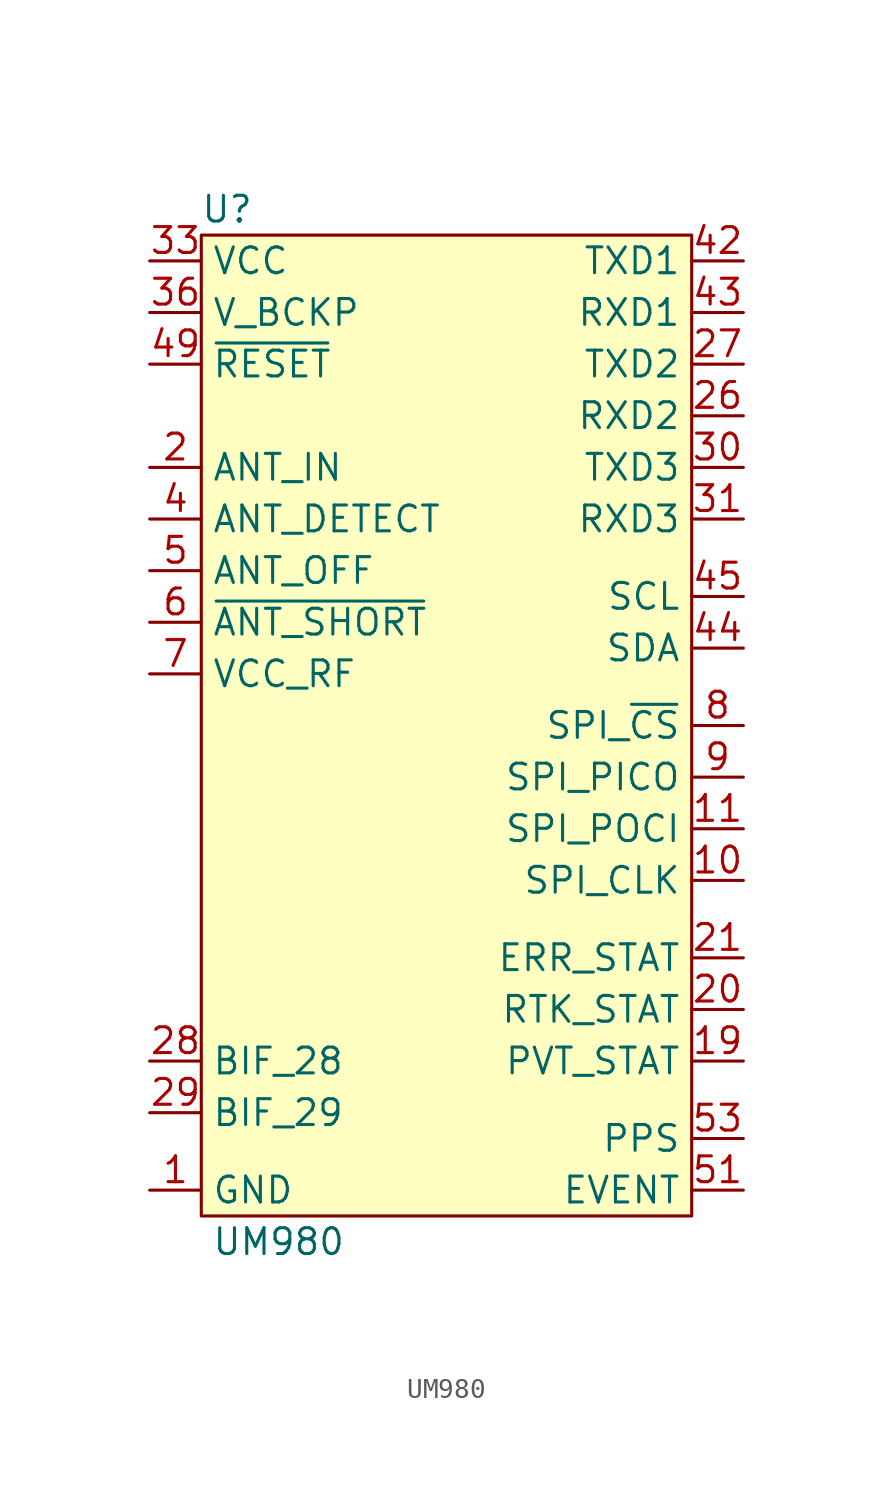
<source format=kicad_sym>
(kicad_symbol_lib
  (version 20241209)
  (generator "kicad_symbol_editor")
  (generator_version "9.0")
  (symbol "UM980"
    (property "Reference" "U"
      (at -11.43 24.13 0)
      (effects (font (size 1.27 1.27))))
    (property "Value" "UM980"
      (at -8.89 -26.67 0)
      (effects (font (size 1.27 1.27))))
    (symbol "UM980_1_1"
      (rectangle (start -12.7 22.86) (end 11.43 -25.4) (stroke (width 0) (type default)) (fill (type background)))
      (pin power_in line (at -15.24 21.59 0) (length 2.54) (name "VCC" (effects (font (size 1.27 1.27)))) (number "33" (effects (font (size 1.27 1.27)))))
      (pin power_in line (at -15.24 21.59 0) (length 2.54) (hide yes) (name "VCC" (effects (font (size 1.27 1.27)))) (number "34" (effects (font (size 1.27 1.27)))))
      (pin power_in line (at -15.24 19.05 0) (length 2.54) (name "V_BCKP" (effects (font (size 1.27 1.27)))) (number "36" (effects (font (size 1.27 1.27)))))
      (pin bidirectional line (at -15.24 16.51 0) (length 2.54) (name "~{RESET}" (effects (font (size 1.27 1.27)))) (number "49" (effects (font (size 1.27 1.27)))))
      (pin input line (at -15.24 11.43 0) (length 2.54) (name "ANT_IN" (effects (font (size 1.27 1.27)))) (number "2" (effects (font (size 1.27 1.27)))))
      (pin input line (at -15.24 8.89 0) (length 2.54) (name "ANT_DETECT" (effects (font (size 1.27 1.27)))) (number "4" (effects (font (size 1.27 1.27)))))
      (pin output line (at -15.24 6.35 0) (length 2.54) (name "ANT_OFF" (effects (font (size 1.27 1.27)))) (number "5" (effects (font (size 1.27 1.27)))))
      (pin input line (at -15.24 3.81 0) (length 2.54) (name "~{ANT_SHORT}" (effects (font (size 1.27 1.27)))) (number "6" (effects (font (size 1.27 1.27)))))
      (pin power_out line (at -15.24 1.27 0) (length 2.54) (name "VCC_RF" (effects (font (size 1.27 1.27)))) (number "7" (effects (font (size 1.27 1.27)))))
      (pin output line (at -15.24 -17.78 0) (length 2.54) (name "BIF_28" (effects (font (size 1.27 1.27)))) (number "28" (effects (font (size 1.27 1.27)))))
      (pin output line (at -15.24 -20.32 0) (length 2.54) (name "BIF_29" (effects (font (size 1.27 1.27)))) (number "29" (effects (font (size 1.27 1.27)))))
      (pin power_in line (at -15.24 -24.13 0) (length 2.54) (name "GND" (effects (font (size 1.27 1.27)))) (number "1" (effects (font (size 1.27 1.27)))))
      (pin power_in line (at -15.24 -24.13 0) (length 2.54) (hide yes) (name "GND" (effects (font (size 1.27 1.27)))) (number "100" (effects (font (size 1.27 1.27)))))
      (pin power_in line (at -15.24 -24.13 0) (length 2.54) (hide yes) (name "GND" (effects (font (size 1.27 1.27)))) (number "101" (effects (font (size 1.27 1.27)))))
      (pin power_in line (at -15.24 -24.13 0) (length 2.54) (hide yes) (name "GND" (effects (font (size 1.27 1.27)))) (number "102" (effects (font (size 1.27 1.27)))))
      (pin power_in line (at -15.24 -24.13 0) (length 2.54) (hide yes) (name "GND" (effects (font (size 1.27 1.27)))) (number "12" (effects (font (size 1.27 1.27)))))
      (pin power_in line (at -15.24 -24.13 0) (length 2.54) (hide yes) (name "GND" (effects (font (size 1.27 1.27)))) (number "14" (effects (font (size 1.27 1.27)))))
      (pin power_in line (at -15.24 -24.13 0) (length 2.54) (hide yes) (name "GND" (effects (font (size 1.27 1.27)))) (number "3" (effects (font (size 1.27 1.27)))))
      (pin power_in line (at -15.24 -24.13 0) (length 2.54) (hide yes) (name "GND" (effects (font (size 1.27 1.27)))) (number "32" (effects (font (size 1.27 1.27)))))
      (pin power_in line (at -15.24 -24.13 0) (length 2.54) (hide yes) (name "GND" (effects (font (size 1.27 1.27)))) (number "37" (effects (font (size 1.27 1.27)))))
      (pin power_in line (at -15.24 -24.13 0) (length 2.54) (hide yes) (name "GND" (effects (font (size 1.27 1.27)))) (number "41" (effects (font (size 1.27 1.27)))))
      (pin power_in line (at -15.24 -24.13 0) (length 2.54) (hide yes) (name "GND" (effects (font (size 1.27 1.27)))) (number "48" (effects (font (size 1.27 1.27)))))
      (pin power_in line (at -15.24 -24.13 0) (length 2.54) (hide yes) (name "GND" (effects (font (size 1.27 1.27)))) (number "55" (effects (font (size 1.27 1.27)))))
      (pin power_in line (at -15.24 -24.13 0) (length 2.54) (hide yes) (name "GND" (effects (font (size 1.27 1.27)))) (number "56" (effects (font (size 1.27 1.27)))))
      (pin power_in line (at -15.24 -24.13 0) (length 2.54) (hide yes) (name "GND" (effects (font (size 1.27 1.27)))) (number "57" (effects (font (size 1.27 1.27)))))
      (pin power_in line (at -15.24 -24.13 0) (length 2.54) (hide yes) (name "GND" (effects (font (size 1.27 1.27)))) (number "58" (effects (font (size 1.27 1.27)))))
      (pin power_in line (at -15.24 -24.13 0) (length 2.54) (hide yes) (name "GND" (effects (font (size 1.27 1.27)))) (number "59" (effects (font (size 1.27 1.27)))))
      (pin power_in line (at -15.24 -24.13 0) (length 2.54) (hide yes) (name "GND" (effects (font (size 1.27 1.27)))) (number "60" (effects (font (size 1.27 1.27)))))
      (pin power_in line (at -15.24 -24.13 0) (length 2.54) (hide yes) (name "GND" (effects (font (size 1.27 1.27)))) (number "61" (effects (font (size 1.27 1.27)))))
      (pin power_in line (at -15.24 -24.13 0) (length 2.54) (hide yes) (name "GND" (effects (font (size 1.27 1.27)))) (number "62" (effects (font (size 1.27 1.27)))))
      (pin power_in line (at -15.24 -24.13 0) (length 2.54) (hide yes) (name "GND" (effects (font (size 1.27 1.27)))) (number "63" (effects (font (size 1.27 1.27)))))
      (pin power_in line (at -15.24 -24.13 0) (length 2.54) (hide yes) (name "GND" (effects (font (size 1.27 1.27)))) (number "64" (effects (font (size 1.27 1.27)))))
      (pin power_in line (at -15.24 -24.13 0) (length 2.54) (hide yes) (name "GND" (effects (font (size 1.27 1.27)))) (number "65" (effects (font (size 1.27 1.27)))))
      (pin power_in line (at -15.24 -24.13 0) (length 2.54) (hide yes) (name "GND" (effects (font (size 1.27 1.27)))) (number "66" (effects (font (size 1.27 1.27)))))
      (pin power_in line (at -15.24 -24.13 0) (length 2.54) (hide yes) (name "GND" (effects (font (size 1.27 1.27)))) (number "67" (effects (font (size 1.27 1.27)))))
      (pin power_in line (at -15.24 -24.13 0) (length 2.54) (hide yes) (name "GND" (effects (font (size 1.27 1.27)))) (number "68" (effects (font (size 1.27 1.27)))))
      (pin power_in line (at -15.24 -24.13 0) (length 2.54) (hide yes) (name "GND" (effects (font (size 1.27 1.27)))) (number "69" (effects (font (size 1.27 1.27)))))
      (pin power_in line (at -15.24 -24.13 0) (length 2.54) (hide yes) (name "GND" (effects (font (size 1.27 1.27)))) (number "70" (effects (font (size 1.27 1.27)))))
      (pin power_in line (at -15.24 -24.13 0) (length 2.54) (hide yes) (name "GND" (effects (font (size 1.27 1.27)))) (number "71" (effects (font (size 1.27 1.27)))))
      (pin power_in line (at -15.24 -24.13 0) (length 2.54) (hide yes) (name "GND" (effects (font (size 1.27 1.27)))) (number "72" (effects (font (size 1.27 1.27)))))
      (pin power_in line (at -15.24 -24.13 0) (length 2.54) (hide yes) (name "GND" (effects (font (size 1.27 1.27)))) (number "73" (effects (font (size 1.27 1.27)))))
      (pin power_in line (at -15.24 -24.13 0) (length 2.54) (hide yes) (name "GND" (effects (font (size 1.27 1.27)))) (number "74" (effects (font (size 1.27 1.27)))))
      (pin power_in line (at -15.24 -24.13 0) (length 2.54) (hide yes) (name "GND" (effects (font (size 1.27 1.27)))) (number "75" (effects (font (size 1.27 1.27)))))
      (pin power_in line (at -15.24 -24.13 0) (length 2.54) (hide yes) (name "GND" (effects (font (size 1.27 1.27)))) (number "76" (effects (font (size 1.27 1.27)))))
      (pin power_in line (at -15.24 -24.13 0) (length 2.54) (hide yes) (name "GND" (effects (font (size 1.27 1.27)))) (number "77" (effects (font (size 1.27 1.27)))))
      (pin power_in line (at -15.24 -24.13 0) (length 2.54) (hide yes) (name "GND" (effects (font (size 1.27 1.27)))) (number "78" (effects (font (size 1.27 1.27)))))
      (pin power_in line (at -15.24 -24.13 0) (length 2.54) (hide yes) (name "GND" (effects (font (size 1.27 1.27)))) (number "79" (effects (font (size 1.27 1.27)))))
      (pin power_in line (at -15.24 -24.13 0) (length 2.54) (hide yes) (name "GND" (effects (font (size 1.27 1.27)))) (number "80" (effects (font (size 1.27 1.27)))))
      (pin power_in line (at -15.24 -24.13 0) (length 2.54) (hide yes) (name "GND" (effects (font (size 1.27 1.27)))) (number "81" (effects (font (size 1.27 1.27)))))
      (pin power_in line (at -15.24 -24.13 0) (length 2.54) (hide yes) (name "GND" (effects (font (size 1.27 1.27)))) (number "82" (effects (font (size 1.27 1.27)))))
      (pin power_in line (at -15.24 -24.13 0) (length 2.54) (hide yes) (name "GND" (effects (font (size 1.27 1.27)))) (number "83" (effects (font (size 1.27 1.27)))))
      (pin power_in line (at -15.24 -24.13 0) (length 2.54) (hide yes) (name "GND" (effects (font (size 1.27 1.27)))) (number "84" (effects (font (size 1.27 1.27)))))
      (pin power_in line (at -15.24 -24.13 0) (length 2.54) (hide yes) (name "GND" (effects (font (size 1.27 1.27)))) (number "85" (effects (font (size 1.27 1.27)))))
      (pin power_in line (at -15.24 -24.13 0) (length 2.54) (hide yes) (name "GND" (effects (font (size 1.27 1.27)))) (number "86" (effects (font (size 1.27 1.27)))))
      (pin power_in line (at -15.24 -24.13 0) (length 2.54) (hide yes) (name "GND" (effects (font (size 1.27 1.27)))) (number "87" (effects (font (size 1.27 1.27)))))
      (pin power_in line (at -15.24 -24.13 0) (length 2.54) (hide yes) (name "GND" (effects (font (size 1.27 1.27)))) (number "88" (effects (font (size 1.27 1.27)))))
      (pin power_in line (at -15.24 -24.13 0) (length 2.54) (hide yes) (name "GND" (effects (font (size 1.27 1.27)))) (number "89" (effects (font (size 1.27 1.27)))))
      (pin power_in line (at -15.24 -24.13 0) (length 2.54) (hide yes) (name "GND" (effects (font (size 1.27 1.27)))) (number "90" (effects (font (size 1.27 1.27)))))
      (pin power_in line (at -15.24 -24.13 0) (length 2.54) (hide yes) (name "GND" (effects (font (size 1.27 1.27)))) (number "91" (effects (font (size 1.27 1.27)))))
      (pin power_in line (at -15.24 -24.13 0) (length 2.54) (hide yes) (name "GND" (effects (font (size 1.27 1.27)))) (number "92" (effects (font (size 1.27 1.27)))))
      (pin power_in line (at -15.24 -24.13 0) (length 2.54) (hide yes) (name "GND" (effects (font (size 1.27 1.27)))) (number "93" (effects (font (size 1.27 1.27)))))
      (pin power_in line (at -15.24 -24.13 0) (length 2.54) (hide yes) (name "GND" (effects (font (size 1.27 1.27)))) (number "94" (effects (font (size 1.27 1.27)))))
      (pin power_in line (at -15.24 -24.13 0) (length 2.54) (hide yes) (name "GND" (effects (font (size 1.27 1.27)))) (number "95" (effects (font (size 1.27 1.27)))))
      (pin power_in line (at -15.24 -24.13 0) (length 2.54) (hide yes) (name "GND" (effects (font (size 1.27 1.27)))) (number "96" (effects (font (size 1.27 1.27)))))
      (pin power_in line (at -15.24 -24.13 0) (length 2.54) (hide yes) (name "GND" (effects (font (size 1.27 1.27)))) (number "97" (effects (font (size 1.27 1.27)))))
      (pin power_in line (at -15.24 -24.13 0) (length 2.54) (hide yes) (name "GND" (effects (font (size 1.27 1.27)))) (number "98" (effects (font (size 1.27 1.27)))))
      (pin power_in line (at -15.24 -24.13 0) (length 2.54) (hide yes) (name "GND" (effects (font (size 1.27 1.27)))) (number "99" (effects (font (size 1.27 1.27)))))
      (pin no_connect line (at -12.7 -7.62 0) (length 2.54) (hide yes) (name "NC" (effects (font (size 1.27 1.27)))) (number "13" (effects (font (size 1.27 1.27)))))
      (pin no_connect line (at -12.7 -7.62 0) (length 2.54) (hide yes) (name "NC" (effects (font (size 1.27 1.27)))) (number "15" (effects (font (size 1.27 1.27)))))
      (pin no_connect line (at -12.7 -7.62 0) (length 2.54) (hide yes) (name "NC" (effects (font (size 1.27 1.27)))) (number "16" (effects (font (size 1.27 1.27)))))
      (pin no_connect line (at -12.7 -7.62 0) (length 2.54) (hide yes) (name "NC" (effects (font (size 1.27 1.27)))) (number "17" (effects (font (size 1.27 1.27)))))
      (pin no_connect line (at -12.7 -7.62 0) (length 2.54) (hide yes) (name "NC" (effects (font (size 1.27 1.27)))) (number "18" (effects (font (size 1.27 1.27)))))
      (pin no_connect line (at -12.7 -7.62 0) (length 2.54) (hide yes) (name "NC" (effects (font (size 1.27 1.27)))) (number "22" (effects (font (size 1.27 1.27)))))
      (pin no_connect line (at -12.7 -7.62 0) (length 2.54) (hide yes) (name "NC" (effects (font (size 1.27 1.27)))) (number "23" (effects (font (size 1.27 1.27)))))
      (pin no_connect line (at -12.7 -7.62 0) (length 2.54) (hide yes) (name "NC" (effects (font (size 1.27 1.27)))) (number "24" (effects (font (size 1.27 1.27)))))
      (pin no_connect line (at -12.7 -7.62 0) (length 2.54) (hide yes) (name "NC" (effects (font (size 1.27 1.27)))) (number "25" (effects (font (size 1.27 1.27)))))
      (pin no_connect line (at -12.7 -7.62 0) (length 2.54) (hide yes) (name "NC" (effects (font (size 1.27 1.27)))) (number "35" (effects (font (size 1.27 1.27)))))
      (pin no_connect line (at -12.7 -7.62 0) (length 2.54) (hide yes) (name "NC" (effects (font (size 1.27 1.27)))) (number "38" (effects (font (size 1.27 1.27)))))
      (pin no_connect line (at -12.7 -7.62 0) (length 2.54) (hide yes) (name "NC" (effects (font (size 1.27 1.27)))) (number "39" (effects (font (size 1.27 1.27)))))
      (pin no_connect line (at -12.7 -7.62 0) (length 2.54) (hide yes) (name "NC" (effects (font (size 1.27 1.27)))) (number "40" (effects (font (size 1.27 1.27)))))
      (pin no_connect line (at -12.7 -7.62 0) (length 2.54) (hide yes) (name "NC" (effects (font (size 1.27 1.27)))) (number "46" (effects (font (size 1.27 1.27)))))
      (pin no_connect line (at -12.7 -7.62 0) (length 2.54) (hide yes) (name "NC" (effects (font (size 1.27 1.27)))) (number "47" (effects (font (size 1.27 1.27)))))
      (pin no_connect line (at -12.7 -7.62 0) (length 2.54) (hide yes) (name "NC" (effects (font (size 1.27 1.27)))) (number "50" (effects (font (size 1.27 1.27)))))
      (pin no_connect line (at -12.7 -7.62 0) (length 2.54) (hide yes) (name "NC" (effects (font (size 1.27 1.27)))) (number "52" (effects (font (size 1.27 1.27)))))
      (pin no_connect line (at -12.7 -7.62 0) (length 2.54) (hide yes) (name "NC" (effects (font (size 1.27 1.27)))) (number "54" (effects (font (size 1.27 1.27)))))
      (pin output line (at 13.97 21.59 180) (length 2.54) (name "TXD1" (effects (font (size 1.27 1.27)))) (number "42" (effects (font (size 1.27 1.27)))))
      (pin input line (at 13.97 19.05 180) (length 2.54) (name "RXD1" (effects (font (size 1.27 1.27)))) (number "43" (effects (font (size 1.27 1.27)))))
      (pin output line (at 13.97 16.51 180) (length 2.54) (name "TXD2" (effects (font (size 1.27 1.27)))) (number "27" (effects (font (size 1.27 1.27)))))
      (pin input line (at 13.97 13.97 180) (length 2.54) (name "RXD2" (effects (font (size 1.27 1.27)))) (number "26" (effects (font (size 1.27 1.27)))))
      (pin output line (at 13.97 11.43 180) (length 2.54) (name "TXD3" (effects (font (size 1.27 1.27)))) (number "30" (effects (font (size 1.27 1.27)))))
      (pin input line (at 13.97 8.89 180) (length 2.54) (name "RXD3" (effects (font (size 1.27 1.27)))) (number "31" (effects (font (size 1.27 1.27)))))
      (pin bidirectional line (at 13.97 5.08 180) (length 2.54) (name "SCL" (effects (font (size 1.27 1.27)))) (number "45" (effects (font (size 1.27 1.27)))))
      (pin bidirectional line (at 13.97 2.54 180) (length 2.54) (name "SDA" (effects (font (size 1.27 1.27)))) (number "44" (effects (font (size 1.27 1.27)))))
      (pin input line (at 13.97 -1.27 180) (length 2.54) (name "SPI_~{CS}" (effects (font (size 1.27 1.27)))) (number "8" (effects (font (size 1.27 1.27)))))
      (pin input line (at 13.97 -3.81 180) (length 2.54) (name "SPI_PICO" (effects (font (size 1.27 1.27)))) (number "9" (effects (font (size 1.27 1.27)))))
      (pin output line (at 13.97 -6.35 180) (length 2.54) (name "SPI_POCI" (effects (font (size 1.27 1.27)))) (number "11" (effects (font (size 1.27 1.27)))))
      (pin input line (at 13.97 -8.89 180) (length 2.54) (name "SPI_CLK" (effects (font (size 1.27 1.27)))) (number "10" (effects (font (size 1.27 1.27)))))
      (pin output line (at 13.97 -12.7 180) (length 2.54) (name "ERR_STAT" (effects (font (size 1.27 1.27)))) (number "21" (effects (font (size 1.27 1.27)))))
      (pin output line (at 13.97 -15.24 180) (length 2.54) (name "RTK_STAT" (effects (font (size 1.27 1.27)))) (number "20" (effects (font (size 1.27 1.27)))))
      (pin output line (at 13.97 -17.78 180) (length 2.54) (name "PVT_STAT" (effects (font (size 1.27 1.27)))) (number "19" (effects (font (size 1.27 1.27)))))
      (pin output line (at 13.97 -21.59 180) (length 2.54) (name "PPS" (effects (font (size 1.27 1.27)))) (number "53" (effects (font (size 1.27 1.27)))))
      (pin input line (at 13.97 -24.13 180) (length 2.54) (name "EVENT" (effects (font (size 1.27 1.27)))) (number "51" (effects (font (size 1.27 1.27))))))))
</source>
